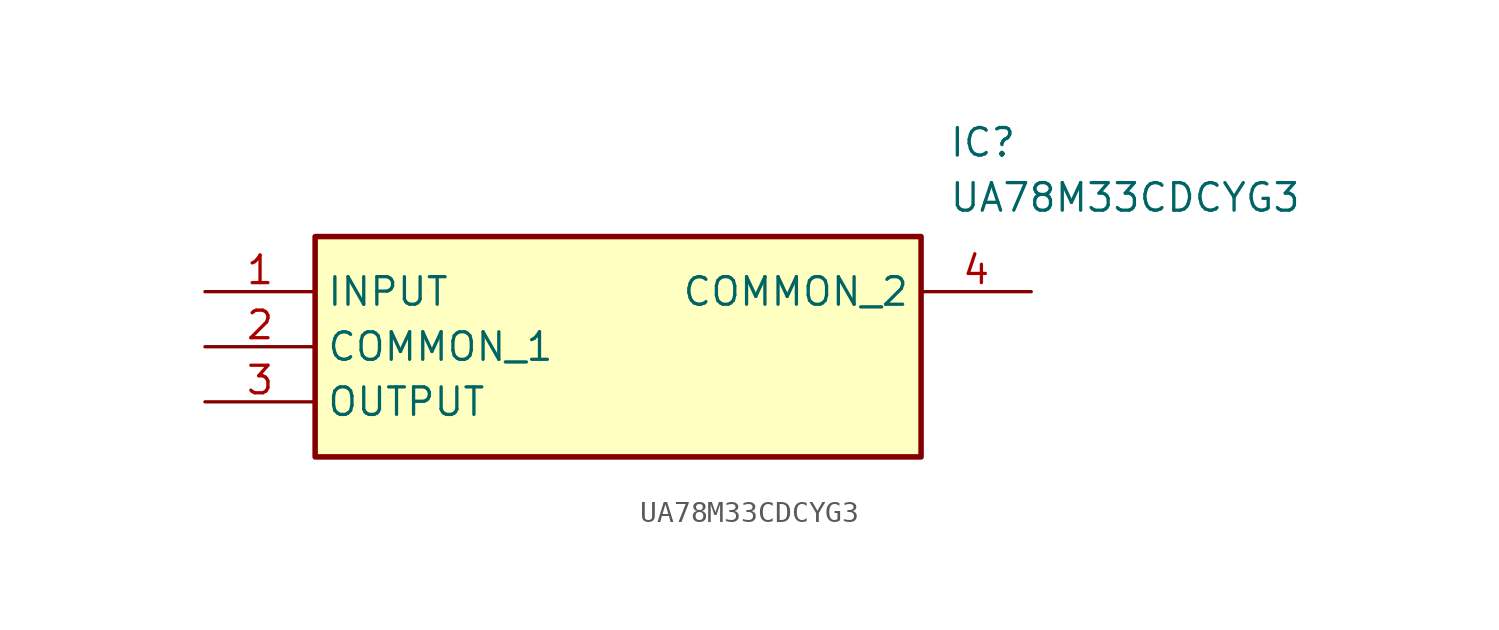
<source format=kicad_sym>
(kicad_symbol_lib
  (version 20211014)
  (generator SamacSys_ECAD_Model)
  (symbol "UA78M33CDCYG3"
    (property "Reference" "IC"
      (at 34.29 7.62 0)
      (effects (font (size 1.27 1.27)) (justify left top)))
    (property "Value" "UA78M33CDCYG3"
      (at 34.29 5.08 0)
      (effects (font (size 1.27 1.27)) (justify left top)))
    (rectangle
      (start 5.08 2.54)
      (end 33.02 -7.62)
      (stroke (width 0.254) (type default))
      (fill (type background)))
    (pin passive line
      (at 0 0 0)
      (length 5.08)
      (name "INPUT" (effects (font (size 1.27 1.27))))
      (number "1" (effects (font (size 1.27 1.27)))))
    (pin passive line
      (at 0 -2.54 0)
      (length 5.08)
      (name "COMMON_1" (effects (font (size 1.27 1.27))))
      (number "2" (effects (font (size 1.27 1.27)))))
    (pin passive line
      (at 0 -5.08 0)
      (length 5.08)
      (name "OUTPUT" (effects (font (size 1.27 1.27))))
      (number "3" (effects (font (size 1.27 1.27)))))
    (pin passive line
      (at 38.1 0 180)
      (length 5.08)
      (name "COMMON_2" (effects (font (size 1.27 1.27))))
      (number "4" (effects (font (size 1.27 1.27)))))))
</source>
